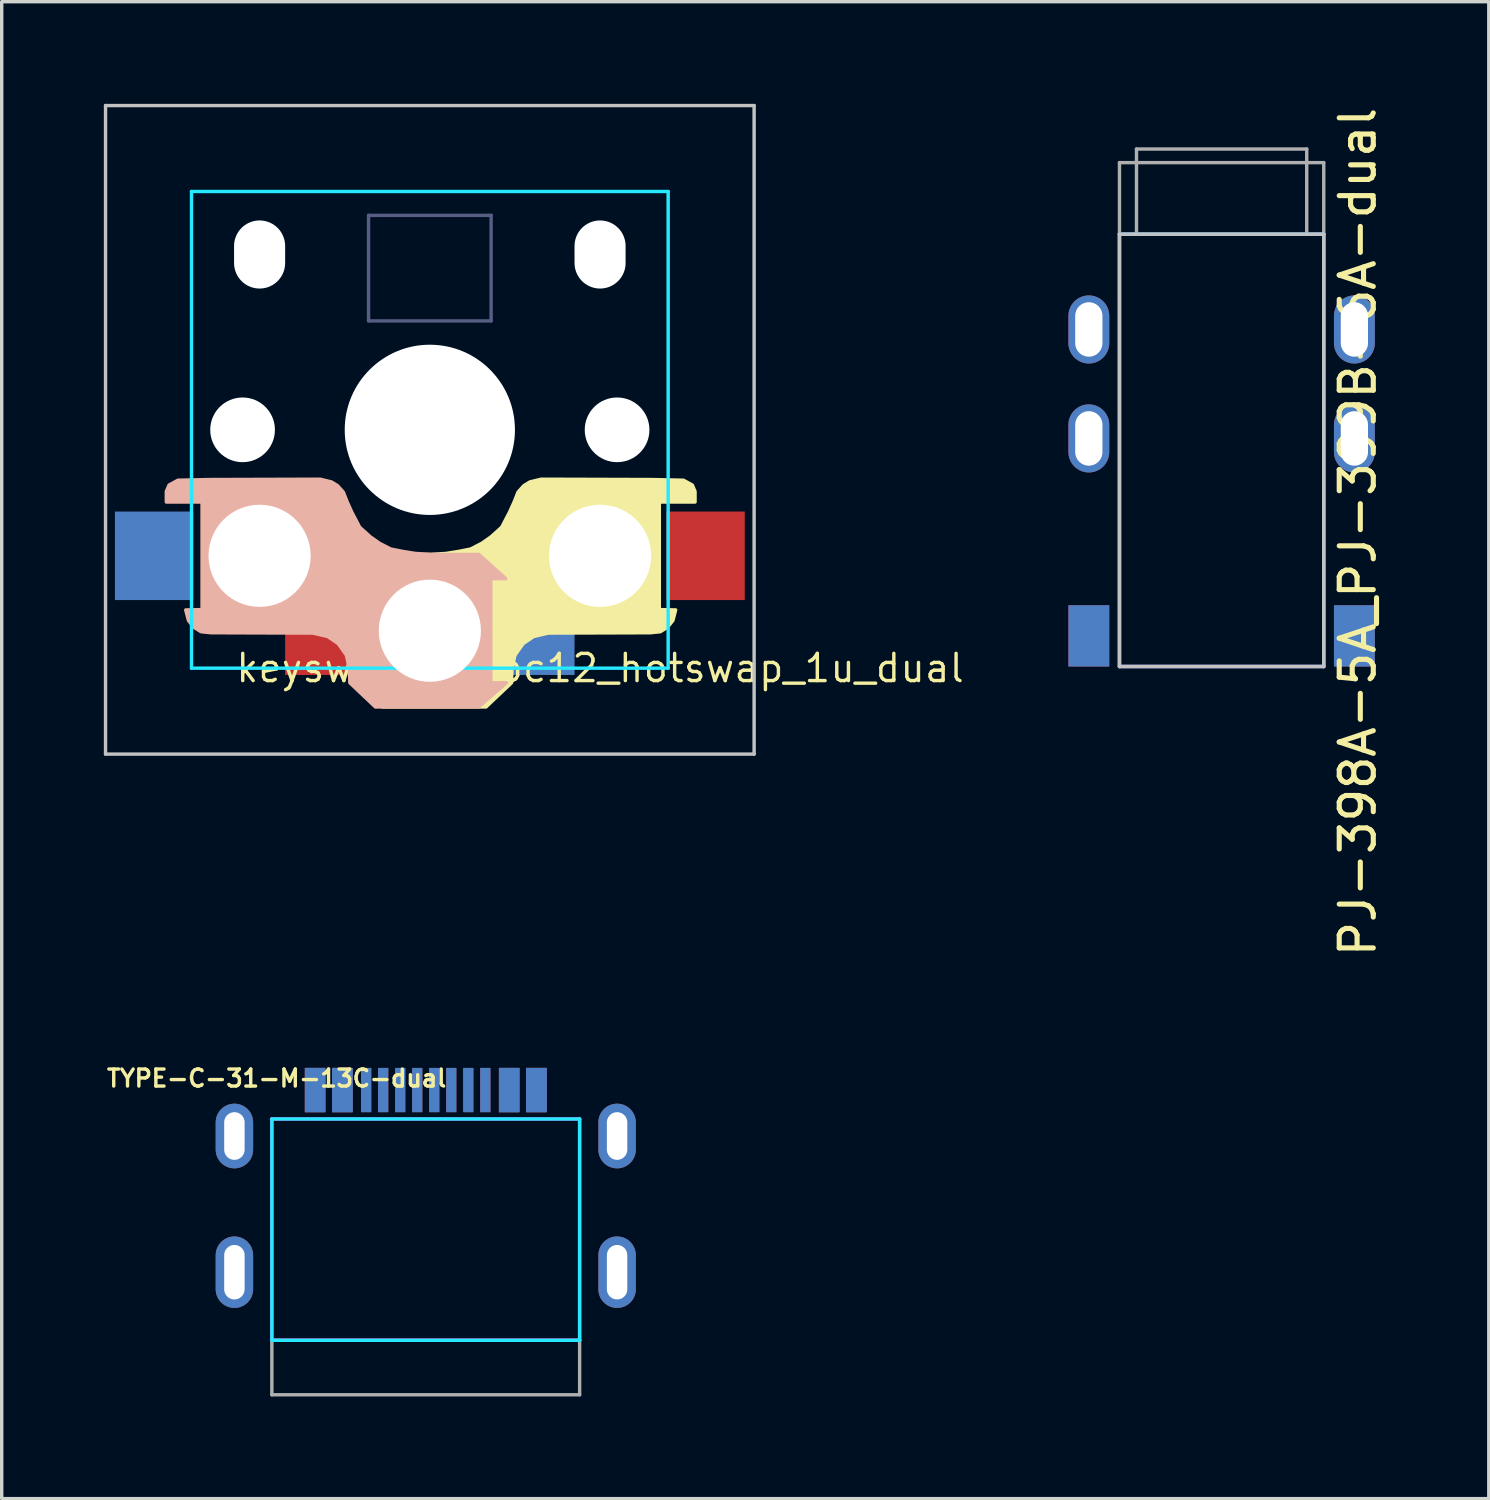
<source format=kicad_pcb>
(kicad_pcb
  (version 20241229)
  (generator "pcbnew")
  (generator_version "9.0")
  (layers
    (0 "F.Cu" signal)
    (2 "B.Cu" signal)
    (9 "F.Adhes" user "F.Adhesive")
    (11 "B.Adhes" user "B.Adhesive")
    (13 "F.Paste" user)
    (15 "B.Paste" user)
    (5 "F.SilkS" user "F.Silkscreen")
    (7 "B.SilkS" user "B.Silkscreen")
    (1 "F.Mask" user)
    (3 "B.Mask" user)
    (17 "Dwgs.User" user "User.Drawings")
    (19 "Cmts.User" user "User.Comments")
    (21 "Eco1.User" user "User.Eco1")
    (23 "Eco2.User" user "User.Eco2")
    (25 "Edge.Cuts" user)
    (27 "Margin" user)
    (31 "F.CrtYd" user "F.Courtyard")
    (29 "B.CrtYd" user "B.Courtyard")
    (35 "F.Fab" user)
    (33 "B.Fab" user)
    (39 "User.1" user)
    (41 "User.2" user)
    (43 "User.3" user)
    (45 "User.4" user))
  (footprint "PJ-398A-5A_PJ-399B-6A-dual"
    (layer "F.Cu")
    (at 32.831 3.827)
    (property "Reference" "PJ-398A-5A_PJ-399B-6A-dual" (at 4 8.75 90) (layer "F.SilkS") (effects (font (size 1 1) (thickness 0.15))))
    (attr smd)
    (fp_line (start -3 0) (end -3 12.7) (stroke (width 0.1) (type default)) (layer "Dwgs.User"))
    (fp_line (start -3 0) (end 3 0) (stroke (width 0.1) (type default)) (layer "Dwgs.User"))
    (fp_line (start -3 12.7) (end 3 12.7) (stroke (width 0.1) (type default)) (layer "Dwgs.User"))
    (fp_line (start 3 12.7) (end 3 0) (stroke (width 0.1) (type default)) (layer "Dwgs.User"))
    (fp_line (start -3 12.7) (end -3 0) (stroke (width 0.1) (type solid)) (layer "B.CrtYd"))
    (fp_line (start 3 0) (end -3 0) (stroke (width 0.1) (type solid)) (layer "B.CrtYd"))
    (fp_line (start 3 12.7) (end -3 12.7) (stroke (width 0.1) (type solid)) (layer "B.CrtYd"))
    (fp_line (start 3 12.7) (end 3 0) (stroke (width 0.1) (type solid)) (layer "B.CrtYd"))
    (fp_line (start -3 12.7) (end -3 0) (stroke (width 0.1) (type solid)) (layer "F.CrtYd"))
    (fp_line (start 3 0) (end -3 0) (stroke (width 0.1) (type solid)) (layer "F.CrtYd"))
    (fp_line (start 3 12.7) (end -3 12.7) (stroke (width 0.1) (type solid)) (layer "F.CrtYd"))
    (fp_line (start 3 12.7) (end 3 0) (stroke (width 0.1) (type solid)) (layer "F.CrtYd"))
    (fp_line (start -3 -2.1) (end -3 0) (stroke (width 0.1) (type default)) (layer "F.Fab"))
    (fp_line (start -2.5 0) (end -2.5 -2.5) (stroke (width 0.1) (type default)) (layer "F.Fab"))
    (fp_line (start 2.5 -2.5) (end -2.5 -2.5) (stroke (width 0.1) (type default)) (layer "F.Fab"))
    (fp_line (start 2.5 0) (end 2.5 -2.5) (stroke (width 0.1) (type default)) (layer "F.Fab"))
    (fp_line (start 3 -2.1) (end -3 -2.1) (stroke (width 0.1) (type default)) (layer "F.Fab"))
    (fp_line (start 3 -2.1) (end 3 0) (stroke (width 0.1) (type default)) (layer "F.Fab"))
    (pad "R" thru_hole oval (at -3.9 6) (size 1.2 2) (drill oval 0.8 1.6) (layers "*.Cu" "*.Mask"))
    (pad "R" thru_hole oval (at 3.9 6) (size 1.2 2) (drill oval 0.8 1.6) (layers "*.Cu" "*.Mask"))
    (pad "S" thru_hole oval (at -3.9 2.8) (size 1.2 2) (drill oval 0.8 1.6) (layers "*.Cu" "*.Mask"))
    (pad "S" thru_hole oval (at 3.9 2.8) (size 1.2 2) (drill oval 0.8 1.6) (layers "*.Cu" "*.Mask"))
    (pad "T" smd rect (at -3.9 11.8) (size 1.2 1.8) (layers "F.Cu" "F.Mask" "F.Paste"))
    (pad "T" smd rect (at -3.9 11.8) (size 1.2 1.8) (layers "B.Cu" "B.Mask" "B.Paste"))
    (pad "T" smd rect (at 3.9 11.8) (size 1.2 1.8) (layers "F.Cu" "F.Mask" "F.Paste"))
    (pad "T" smd rect (at 3.9 11.8) (size 1.2 1.8) (layers "B.Cu" "B.Mask" "B.Paste")))
  (footprint "TYPE-C-31-M-13C-dual"
    (layer "F.Cu")
    (at 9.455 34.317)
    (property "Reference" "TYPE-C-31-M-13C-dual" (at -4.379 -5.694 180) (layer "F.SilkS") (effects (font (size 0.5 0.5) (thickness 0.1) (bold yes))))
    (attr smd allow_soldermask_bridges)
    (fp_line (start -4.52 -4.5) (end 4.52 -4.5) (stroke (width 0.1) (type default)) (layer "B.CrtYd"))
    (fp_line (start -4.52 2) (end -4.52 -4.5) (stroke (width 0.1) (type solid)) (layer "B.CrtYd"))
    (fp_line (start -4.52 2) (end 4.52 2) (stroke (width 0.1) (type default)) (layer "B.CrtYd"))
    (fp_line (start 4.52 2) (end 4.52 -4.5) (stroke (width 0.1) (type solid)) (layer "B.CrtYd"))
    (fp_line (start -4.52 -4.5) (end 4.52 -4.5) (stroke (width 0.1) (type default)) (layer "F.CrtYd"))
    (fp_line (start -4.52 2) (end -4.52 -4.5) (stroke (width 0.1) (type solid)) (layer "F.CrtYd"))
    (fp_line (start -4.52 2) (end 4.52 2) (stroke (width 0.1) (type default)) (layer "F.CrtYd"))
    (fp_line (start 4.52 2) (end 4.52 -4.5) (stroke (width 0.1) (type solid)) (layer "F.CrtYd"))
    (fp_line (start -4.52 3.6) (end -4.52 2) (stroke (width 0.1) (type default)) (layer "F.Fab"))
    (fp_line (start -4.52 3.6) (end 4.52 3.6) (stroke (width 0.1) (type default)) (layer "F.Fab"))
    (fp_line (start 4.52 2) (end -4.52 2) (stroke (width 0.1) (type default)) (layer "F.Fab"))
    (fp_line (start 4.52 3.6) (end 4.52 2) (stroke (width 0.1) (type default)) (layer "F.Fab"))
    (pad "A1" smd rect (at -3.25 -5.35) (size 0.6 1.3) (layers "F.Cu" "F.Mask" "F.Paste"))
    (pad "A1" smd rect (at 3.25 -5.35) (size 0.6 1.3) (layers "B.Cu" "B.Mask" "B.Paste"))
    (pad "A4" smd rect (at -2.45 -5.35) (size 0.6 1.3) (layers "F.Cu" "F.Mask" "F.Paste"))
    (pad "A4" smd rect (at 2.45 -5.35) (size 0.6 1.3) (layers "B.Cu" "B.Mask" "B.Paste"))
    (pad "A5" smd rect (at -1.25 -5.35) (size 0.3 1.3) (layers "F.Cu" "F.Mask" "F.Paste"))
    (pad "A5" smd rect (at 1.25 -5.35) (size 0.3 1.3) (layers "B.Cu" "B.Mask" "B.Paste"))
    (pad "A6" smd rect (at -0.25 -5.35) (size 0.3 1.3) (layers "F.Cu" "F.Mask" "F.Paste"))
    (pad "A6" smd rect (at 0.25 -5.35) (size 0.3 1.3) (layers "B.Cu" "B.Mask" "B.Paste"))
    (pad "A7" smd rect (at -0.25 -5.35) (size 0.3 1.3) (layers "B.Cu" "B.Mask" "B.Paste"))
    (pad "A7" smd rect (at 0.25 -5.35) (size 0.3 1.3) (layers "F.Cu" "F.Mask" "F.Paste"))
    (pad "A8" smd rect (at -1.25 -5.35) (size 0.3 1.3) (layers "B.Cu" "B.Mask" "B.Paste"))
    (pad "A8" smd rect (at 1.25 -5.35) (size 0.3 1.3) (layers "F.Cu" "F.Mask" "F.Paste"))
    (pad "A9" smd rect (at -2.45 -5.35) (size 0.6 1.3) (layers "B.Cu" "B.Mask" "B.Paste"))
    (pad "A9" smd rect (at 2.45 -5.35) (size 0.6 1.3) (layers "F.Cu" "F.Mask" "F.Paste"))
    (pad "A12" smd rect (at -3.25 -5.35) (size 0.6 1.3) (layers "B.Cu" "B.Mask" "B.Paste"))
    (pad "A12" smd rect (at 3.25 -5.35) (size 0.6 1.3) (layers "F.Cu" "F.Mask" "F.Paste"))
    (pad "B1" smd rect (at -3.25 -5.35) (size 0.6 1.3) (layers "B.Cu" "B.Mask" "B.Paste"))
    (pad "B1" smd rect (at 3.25 -5.35) (size 0.6 1.3) (layers "F.Cu" "F.Mask" "F.Paste"))
    (pad "B4" smd rect (at -2.45 -5.35) (size 0.6 1.3) (layers "B.Cu" "B.Mask" "B.Paste"))
    (pad "B4" smd rect (at 2.45 -5.35) (size 0.6 1.3) (layers "F.Cu" "F.Mask" "F.Paste"))
    (pad "B5" smd rect (at -1.75 -5.35) (size 0.3 1.3) (layers "B.Cu" "B.Mask" "B.Paste"))
    (pad "B5" smd rect (at 1.75 -5.35) (size 0.3 1.3) (layers "F.Cu" "F.Mask" "F.Paste"))
    (pad "B6" smd rect (at -0.75 -5.35) (size 0.3 1.3) (layers "B.Cu" "B.Mask" "B.Paste"))
    (pad "B6" smd rect (at 0.75 -5.35) (size 0.3 1.3) (layers "F.Cu" "F.Mask" "F.Paste"))
    (pad "B7" smd rect (at -0.75 -5.35) (size 0.3 1.3) (layers "F.Cu" "F.Mask" "F.Paste"))
    (pad "B7" smd rect (at 0.75 -5.35) (size 0.3 1.3) (layers "B.Cu" "B.Mask" "B.Paste"))
    (pad "B8" smd rect (at -1.75 -5.35) (size 0.3 1.3) (layers "F.Cu" "F.Mask" "F.Paste"))
    (pad "B8" smd rect (at 1.75 -5.35) (size 0.3 1.3) (layers "B.Cu" "B.Mask" "B.Paste"))
    (pad "B9" smd rect (at -2.45 -5.35) (size 0.6 1.3) (layers "F.Cu" "F.Mask" "F.Paste"))
    (pad "B9" smd rect (at 2.45 -5.35) (size 0.6 1.3) (layers "B.Cu" "B.Mask" "B.Paste"))
    (pad "B12" smd rect (at -3.25 -5.35) (size 0.6 1.3) (layers "F.Cu" "F.Mask" "F.Paste"))
    (pad "B12" smd rect (at 3.25 -5.35) (size 0.6 1.3) (layers "B.Cu" "B.Mask" "B.Paste"))
    (pad "S1" thru_hole oval (at -5.62 -4) (size 1.1 1.9) (drill oval 0.6 1.4) (layers "*.Cu" "*.Mask"))
    (pad "S1" thru_hole oval (at -5.62 0) (size 1.1 2.1) (drill oval 0.6 1.6) (layers "*.Cu" "*.Mask"))
    (pad "S1" thru_hole oval (at 5.62 -4) (size 1.1 1.9) (drill oval 0.6 1.4) (layers "*.Cu" "*.Mask"))
    (pad "S1" thru_hole oval (at 5.62 0) (size 1.1 2.1) (drill oval 0.6 1.6) (layers "*.Cu" "*.Mask")))
  (footprint "keyswitch_choc12_hotswap_1u_dual"
    (layer "F.Cu")
    (at 9.575 9.575)
    (property "Reference" "keyswitch_choc12_hotswap_1u_dual" (at 5 7 0) (layer "F.SilkS") (effects (font (size 0.8 0.8) (thickness 0.1) (bold yes))))
    (attr smd)
    (fp_poly (pts (xy 1.8 3.14) (xy 2.11 2.86) (xy 2.34 2.42) (xy 2.48 2.11) (xy 2.59 1.83) (xy 2.76 1.64) (xy 2.94 1.53) (xy 3.27 1.45) (xy 6.52 1.46) (xy 7.45 1.48) (xy 7.71 1.622) (xy 7.79 1.81) (xy 7.79 2.12) (xy 6.74 2.12) (xy 6.74 5.28) (xy 7.22 5.29) (xy 7.14 5.6) (xy 6.98 5.8) (xy 6.77 5.93) (xy 6.48 5.96) (xy 3.48 5.97) (xy 3.05 6.07) (xy 2.74 6.28) (xy 2.5 6.62) (xy 2.41 7.04) (xy 2.4 7.43) (xy 1.65 8.14) (xy -1.38 8.14) (xy -2.2 7.43) (xy -1.74 7.43) (xy -1.74 4.37) (xy -2.18 4.37) (xy -1.39 3.66) (xy 0.02 3.66) (xy 0.48 3.63) (xy 0.85 3.57) (xy 1.2 3.5) (xy 1.53 3.33)) (stroke (width 0.1) (type solid)) (fill yes) (layer "F.SilkS"))
    (fp_poly (pts (xy -1.75 3.14) (xy -2.06 2.86) (xy -2.29 2.42) (xy -2.43 2.11) (xy -2.54 1.83) (xy -2.71 1.64) (xy -2.89 1.53) (xy -3.22 1.45) (xy -6.47 1.46) (xy -7.4 1.48) (xy -7.66 1.622) (xy -7.74 1.81) (xy -7.74 2.12) (xy -6.69 2.12) (xy -6.69 5.28) (xy -7.17 5.29) (xy -7.09 5.6) (xy -6.93 5.8) (xy -6.72 5.93) (xy -6.43 5.96) (xy -3.43 5.97) (xy -3 6.07) (xy -2.69 6.28) (xy -2.45 6.62) (xy -2.36 7.04) (xy -2.35 7.43) (xy -1.6 8.14) (xy 1.43 8.14) (xy 2.25 7.43) (xy 1.79 7.43) (xy 1.79 4.37) (xy 2.23 4.37) (xy 1.44 3.66) (xy 0.03 3.66) (xy -0.43 3.63) (xy -0.8 3.57) (xy -1.15 3.5) (xy -1.48 3.33)) (stroke (width 0.1) (type solid)) (fill yes) (layer "B.SilkS"))
    (fp_line (start -9.525 -9.525) (end -9.525 9.525) (stroke (width 0.1) (type solid)) (layer "Dwgs.User"))
    (fp_line (start -9.525 9.525) (end 9.525 9.525) (stroke (width 0.1) (type solid)) (layer "Dwgs.User"))
    (fp_line (start 9.525 -9.525) (end -9.525 -9.525) (stroke (width 0.1) (type solid)) (layer "Dwgs.User"))
    (fp_line (start 9.525 9.525) (end 9.525 -9.525) (stroke (width 0.1) (type solid)) (layer "Dwgs.User"))
    (fp_line (start -7 -7) (end -7 7) (stroke (width 0.1) (type solid)) (layer "B.CrtYd"))
    (fp_line (start -7 7) (end 7 7) (stroke (width 0.1) (type solid)) (layer "B.CrtYd"))
    (fp_line (start 7 -7) (end -7 -7) (stroke (width 0.1) (type solid)) (layer "B.CrtYd"))
    (fp_line (start 7 7) (end 7 -7) (stroke (width 0.1) (type solid)) (layer "B.CrtYd"))
    (fp_line (start -1.8 -6.3) (end 1.8 -6.3) (stroke (width 0.1) (type default)) (layer "B.Fab"))
    (fp_line (start -1.8 -3.2) (end -1.8 -6.3) (stroke (width 0.1) (type default)) (layer "B.Fab"))
    (fp_line (start -1.8 -3.2) (end 1.8 -3.2) (stroke (width 0.1) (type default)) (layer "B.Fab"))
    (fp_line (start 1.8 -3.2) (end 1.8 -6.3) (stroke (width 0.1) (type default)) (layer "B.Fab"))
    (pad "" np_thru_hole circle (at -5.5 0 270) (size 1.9 1.9) (drill 1.9) (layers "*.Cu" "*.Mask"))
    (pad "" np_thru_hole oval (at -5 -5.15) (size 1.5 2) (drill oval 1.5 2) (layers "*.Cu" "*.Mask"))
    (pad "" np_thru_hole circle (at -5 3.7 270) (size 3 3) (drill 3) (layers "*.Cu" "*.Mask"))
    (pad "" np_thru_hole circle (at 0 0 270) (size 5 5) (drill 5) (layers "*.Cu" "*.Mask"))
    (pad "" np_thru_hole circle (at 0 5.9 270) (size 3 3) (drill 3) (layers "*.Cu" "*.Mask"))
    (pad "" np_thru_hole oval (at 5 -5.15) (size 1.5 2) (drill oval 1.5 2) (layers "*.Cu" "*.Mask"))
    (pad "" np_thru_hole circle (at 5 3.7 270) (size 3 3) (drill 3) (layers "*.Cu" "*.Mask"))
    (pad "" np_thru_hole circle (at 5.5 0 270) (size 1.9 1.9) (drill 1.9) (layers "*.Cu" "*.Mask"))
    (pad "1" smd rect (at -8.1 3.7 180) (size 2.3 2.6) (layers "B.Cu" "B.Mask" "B.Paste"))
    (pad "1" smd rect (at 8.1 3.7 180) (size 2.3 2.6) (layers "F.Cu" "F.Mask" "F.Paste"))
    (pad "2" smd rect (at -3.1 5.9 180) (size 2.3 2.6) (layers "F.Cu" "F.Mask" "F.Paste"))
    (pad "2" smd rect (at 3.1 5.9 180) (size 2.3 2.6) (layers "B.Cu" "B.Mask" "B.Paste")))
  (gr_rect
    (start -3 -3)
    (end 40.679 40.967)
    (stroke (width 0.1) (type default))
    (fill no)
    (layer "Edge.Cuts")))
</source>
